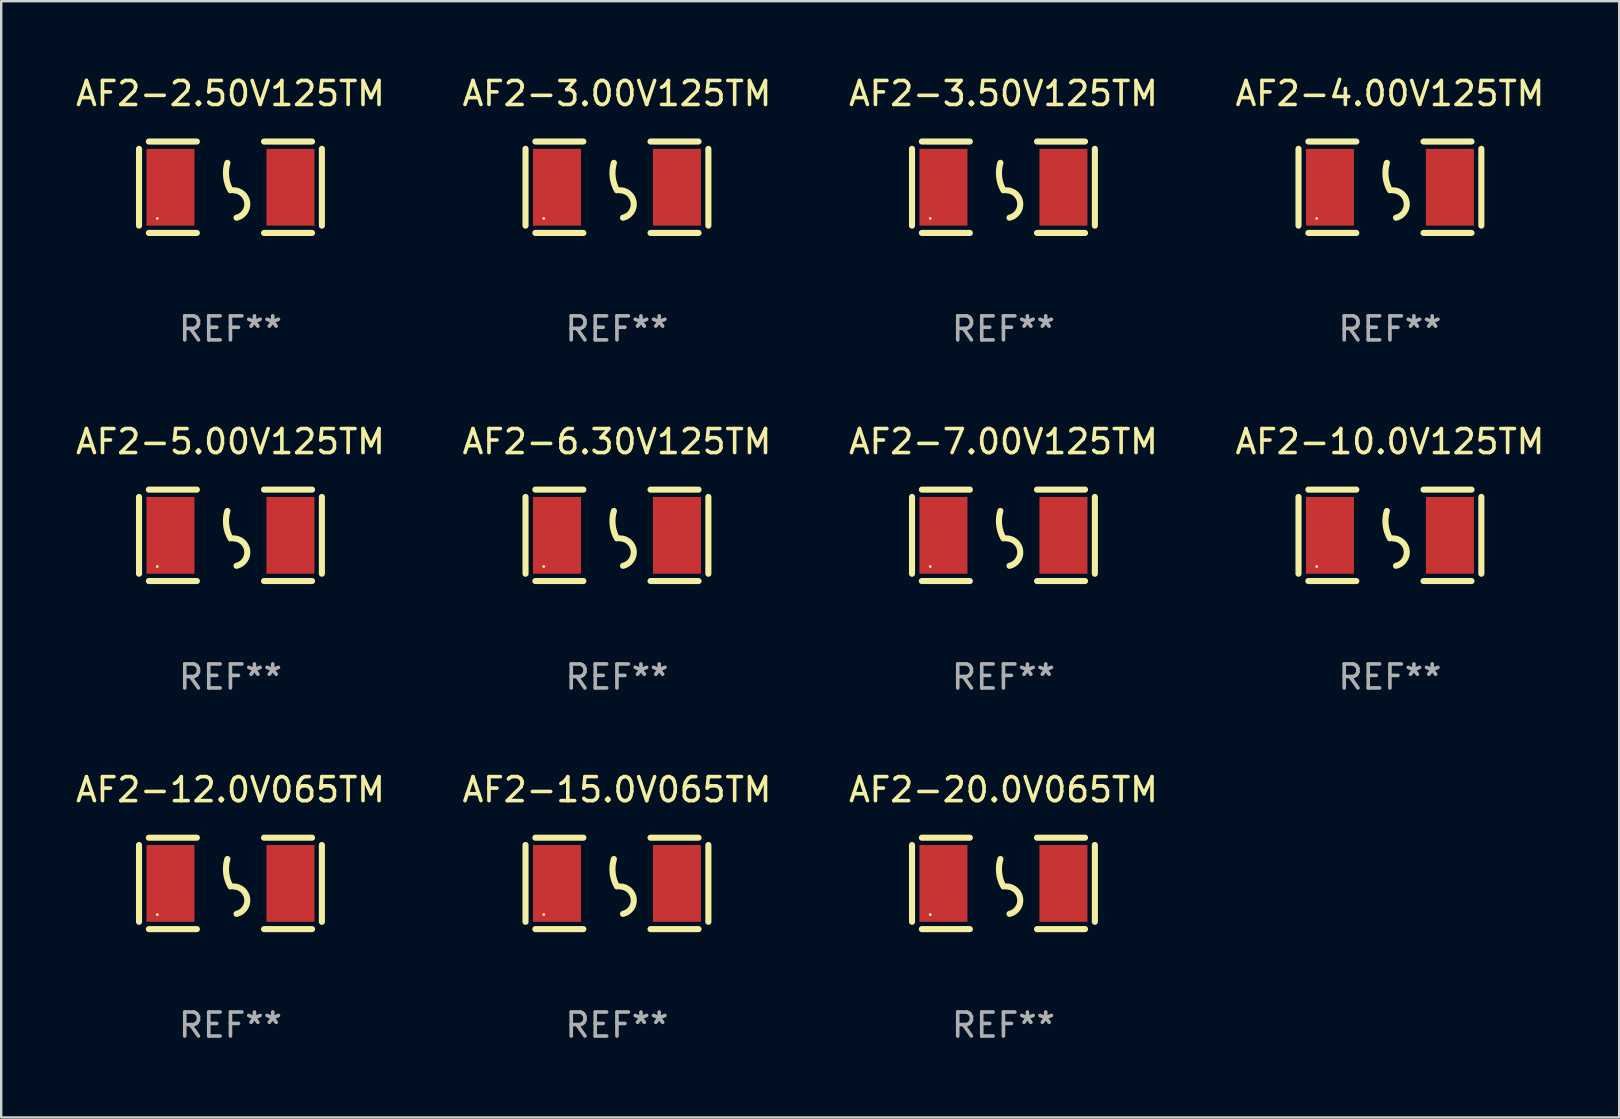
<source format=kicad_pcb>
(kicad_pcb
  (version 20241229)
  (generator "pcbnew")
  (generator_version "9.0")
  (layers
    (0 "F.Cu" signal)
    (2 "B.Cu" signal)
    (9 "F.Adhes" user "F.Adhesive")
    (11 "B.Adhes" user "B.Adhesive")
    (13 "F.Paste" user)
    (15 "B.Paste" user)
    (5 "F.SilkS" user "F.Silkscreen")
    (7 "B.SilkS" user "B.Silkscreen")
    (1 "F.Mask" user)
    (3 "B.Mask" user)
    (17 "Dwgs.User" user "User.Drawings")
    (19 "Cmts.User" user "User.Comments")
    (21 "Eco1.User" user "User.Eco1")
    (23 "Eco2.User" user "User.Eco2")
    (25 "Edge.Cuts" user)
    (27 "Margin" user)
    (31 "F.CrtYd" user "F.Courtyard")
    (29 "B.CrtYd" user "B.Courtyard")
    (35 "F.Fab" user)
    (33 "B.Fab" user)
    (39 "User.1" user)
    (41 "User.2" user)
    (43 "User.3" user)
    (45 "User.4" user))
  (footprint "AF2-12.0V065TM"
    (layer "F.Cu")
    (at 6.554 33.766)
    (property "Reference" "AF2-12.0V065TM" (at 0 -3.905 0) (layer "F.SilkS") (effects (font (size 1 1) (thickness 0.15))))
    (attr through_hole)
    (fp_line (start -3.81 -1.6) (end -3.81 1.6) (stroke (width 0.254) (type solid)) (layer "F.SilkS"))
    (fp_line (start -3.4 -1.905) (end -1.4 -1.905) (stroke (width 0.254) (type solid)) (layer "F.SilkS"))
    (fp_line (start -3.4 1.905) (end -1.4 1.905) (stroke (width 0.254) (type solid)) (layer "F.SilkS"))
    (fp_line (start 1.4 -1.905) (end 3.4 -1.905) (stroke (width 0.254) (type solid)) (layer "F.SilkS"))
    (fp_line (start 1.4 1.905) (end 3.4 1.905) (stroke (width 0.254) (type solid)) (layer "F.SilkS"))
    (fp_line (start 3.81 -1.6) (end 3.81 1.6) (stroke (width 0.254) (type solid)) (layer "F.SilkS"))
    (fp_arc (start 0 0.127) (mid -0.178599 -0.431712) (end -0.127 -1.016002) (stroke (width 0.254001) (type solid)) (layer "F.SilkS"))
    (fp_arc (start 0.126999 0.127) (mid 0.698883 0.642014) (end 0.254001 1.270003) (stroke (width 0.254001) (type solid)) (layer "F.SilkS"))
    (fp_circle (center -3.05 1.3) (end -3.02 1.3) (stroke (width 0.06) (type solid)) (fill no) (layer "F.SilkS"))
    (fp_text user "REF**" (at 0 5.905 0) (layer "F.Fab") (effects (font (size 1 1) (thickness 0.15))))
    (pad "1" smd rect (at -2.5 0) (size 2 3.2) (layers "F.Cu" "F.Mask" "F.Paste"))
    (pad "2" smd rect (at 2.5 0) (size 2 3.2) (layers "F.Cu" "F.Mask" "F.Paste")))
  (footprint "AF2-3.00V125TM"
    (layer "F.Cu")
    (at 22.661 4.753)
    (property "Reference" "AF2-3.00V125TM" (at 0 -3.905 0) (layer "F.SilkS") (effects (font (size 1 1) (thickness 0.15))))
    (attr through_hole)
    (fp_line (start -3.81 -1.6) (end -3.81 1.6) (stroke (width 0.254) (type solid)) (layer "F.SilkS"))
    (fp_line (start -3.4 -1.905) (end -1.4 -1.905) (stroke (width 0.254) (type solid)) (layer "F.SilkS"))
    (fp_line (start -3.4 1.905) (end -1.4 1.905) (stroke (width 0.254) (type solid)) (layer "F.SilkS"))
    (fp_line (start 1.4 -1.905) (end 3.4 -1.905) (stroke (width 0.254) (type solid)) (layer "F.SilkS"))
    (fp_line (start 1.4 1.905) (end 3.4 1.905) (stroke (width 0.254) (type solid)) (layer "F.SilkS"))
    (fp_line (start 3.81 -1.6) (end 3.81 1.6) (stroke (width 0.254) (type solid)) (layer "F.SilkS"))
    (fp_arc (start 0 0.127) (mid -0.178599 -0.431712) (end -0.127 -1.016002) (stroke (width 0.254001) (type solid)) (layer "F.SilkS"))
    (fp_arc (start 0.126999 0.127) (mid 0.698883 0.642014) (end 0.254001 1.270003) (stroke (width 0.254001) (type solid)) (layer "F.SilkS"))
    (fp_circle (center -3.05 1.3) (end -3.02 1.3) (stroke (width 0.06) (type solid)) (fill no) (layer "F.SilkS"))
    (fp_text user "REF**" (at 0 5.905 0) (layer "F.Fab") (effects (font (size 1 1) (thickness 0.15))))
    (pad "1" smd rect (at -2.5 0) (size 2 3.2) (layers "F.Cu" "F.Mask" "F.Paste"))
    (pad "2" smd rect (at 2.5 0) (size 2 3.2) (layers "F.Cu" "F.Mask" "F.Paste")))
  (footprint "AF2-15.0V065TM"
    (layer "F.Cu")
    (at 22.661 33.766)
    (property "Reference" "AF2-15.0V065TM" (at 0 -3.905 0) (layer "F.SilkS") (effects (font (size 1 1) (thickness 0.15))))
    (attr through_hole)
    (fp_line (start -3.81 -1.6) (end -3.81 1.6) (stroke (width 0.254) (type solid)) (layer "F.SilkS"))
    (fp_line (start -3.4 -1.905) (end -1.4 -1.905) (stroke (width 0.254) (type solid)) (layer "F.SilkS"))
    (fp_line (start -3.4 1.905) (end -1.4 1.905) (stroke (width 0.254) (type solid)) (layer "F.SilkS"))
    (fp_line (start 1.4 -1.905) (end 3.4 -1.905) (stroke (width 0.254) (type solid)) (layer "F.SilkS"))
    (fp_line (start 1.4 1.905) (end 3.4 1.905) (stroke (width 0.254) (type solid)) (layer "F.SilkS"))
    (fp_line (start 3.81 -1.6) (end 3.81 1.6) (stroke (width 0.254) (type solid)) (layer "F.SilkS"))
    (fp_arc (start 0 0.127) (mid -0.178599 -0.431712) (end -0.127 -1.016002) (stroke (width 0.254001) (type solid)) (layer "F.SilkS"))
    (fp_arc (start 0.126999 0.127) (mid 0.698883 0.642014) (end 0.254001 1.270003) (stroke (width 0.254001) (type solid)) (layer "F.SilkS"))
    (fp_circle (center -3.05 1.3) (end -3.02 1.3) (stroke (width 0.06) (type solid)) (fill no) (layer "F.SilkS"))
    (fp_text user "REF**" (at 0 5.905 0) (layer "F.Fab") (effects (font (size 1 1) (thickness 0.15))))
    (pad "1" smd rect (at -2.5 0) (size 2 3.2) (layers "F.Cu" "F.Mask" "F.Paste"))
    (pad "2" smd rect (at 2.5 0) (size 2 3.2) (layers "F.Cu" "F.Mask" "F.Paste")))
  (footprint "AF2-7.00V125TM"
    (layer "F.Cu")
    (at 38.768 19.26)
    (property "Reference" "AF2-7.00V125TM" (at 0 -3.905 0) (layer "F.SilkS") (effects (font (size 1 1) (thickness 0.15))))
    (attr through_hole)
    (fp_line (start -3.81 -1.6) (end -3.81 1.6) (stroke (width 0.254) (type solid)) (layer "F.SilkS"))
    (fp_line (start -3.4 -1.905) (end -1.4 -1.905) (stroke (width 0.254) (type solid)) (layer "F.SilkS"))
    (fp_line (start -3.4 1.905) (end -1.4 1.905) (stroke (width 0.254) (type solid)) (layer "F.SilkS"))
    (fp_line (start 1.4 -1.905) (end 3.4 -1.905) (stroke (width 0.254) (type solid)) (layer "F.SilkS"))
    (fp_line (start 1.4 1.905) (end 3.4 1.905) (stroke (width 0.254) (type solid)) (layer "F.SilkS"))
    (fp_line (start 3.81 -1.6) (end 3.81 1.6) (stroke (width 0.254) (type solid)) (layer "F.SilkS"))
    (fp_arc (start 0 0.127) (mid -0.178599 -0.431712) (end -0.127 -1.016002) (stroke (width 0.254001) (type solid)) (layer "F.SilkS"))
    (fp_arc (start 0.126999 0.127) (mid 0.698883 0.642014) (end 0.254001 1.270003) (stroke (width 0.254001) (type solid)) (layer "F.SilkS"))
    (fp_circle (center -3.05 1.3) (end -3.02 1.3) (stroke (width 0.06) (type solid)) (fill no) (layer "F.SilkS"))
    (fp_text user "REF**" (at 0 5.905 0) (layer "F.Fab") (effects (font (size 1 1) (thickness 0.15))))
    (pad "1" smd rect (at -2.5 0) (size 2 3.2) (layers "F.Cu" "F.Mask" "F.Paste"))
    (pad "2" smd rect (at 2.5 0) (size 2 3.2) (layers "F.Cu" "F.Mask" "F.Paste")))
  (footprint "AF2-2.50V125TM"
    (layer "F.Cu")
    (at 6.554 4.753)
    (property "Reference" "AF2-2.50V125TM" (at 0 -3.905 0) (layer "F.SilkS") (effects (font (size 1 1) (thickness 0.15))))
    (attr through_hole)
    (fp_line (start -3.81 -1.6) (end -3.81 1.6) (stroke (width 0.254) (type solid)) (layer "F.SilkS"))
    (fp_line (start -3.4 -1.905) (end -1.4 -1.905) (stroke (width 0.254) (type solid)) (layer "F.SilkS"))
    (fp_line (start -3.4 1.905) (end -1.4 1.905) (stroke (width 0.254) (type solid)) (layer "F.SilkS"))
    (fp_line (start 1.4 -1.905) (end 3.4 -1.905) (stroke (width 0.254) (type solid)) (layer "F.SilkS"))
    (fp_line (start 1.4 1.905) (end 3.4 1.905) (stroke (width 0.254) (type solid)) (layer "F.SilkS"))
    (fp_line (start 3.81 -1.6) (end 3.81 1.6) (stroke (width 0.254) (type solid)) (layer "F.SilkS"))
    (fp_arc (start 0 0.127) (mid -0.178599 -0.431712) (end -0.127 -1.016002) (stroke (width 0.254001) (type solid)) (layer "F.SilkS"))
    (fp_arc (start 0.126999 0.127) (mid 0.698883 0.642014) (end 0.254001 1.270003) (stroke (width 0.254001) (type solid)) (layer "F.SilkS"))
    (fp_circle (center -3.05 1.3) (end -3.02 1.3) (stroke (width 0.06) (type solid)) (fill no) (layer "F.SilkS"))
    (fp_text user "REF**" (at 0 5.905 0) (layer "F.Fab") (effects (font (size 1 1) (thickness 0.15))))
    (pad "1" smd rect (at -2.5 0) (size 2 3.2) (layers "F.Cu" "F.Mask" "F.Paste"))
    (pad "2" smd rect (at 2.5 0) (size 2 3.2) (layers "F.Cu" "F.Mask" "F.Paste")))
  (footprint "AF2-6.30V125TM"
    (layer "F.Cu")
    (at 22.661 19.26)
    (property "Reference" "AF2-6.30V125TM" (at 0 -3.905 0) (layer "F.SilkS") (effects (font (size 1 1) (thickness 0.15))))
    (attr through_hole)
    (fp_line (start -3.81 -1.6) (end -3.81 1.6) (stroke (width 0.254) (type solid)) (layer "F.SilkS"))
    (fp_line (start -3.4 -1.905) (end -1.4 -1.905) (stroke (width 0.254) (type solid)) (layer "F.SilkS"))
    (fp_line (start -3.4 1.905) (end -1.4 1.905) (stroke (width 0.254) (type solid)) (layer "F.SilkS"))
    (fp_line (start 1.4 -1.905) (end 3.4 -1.905) (stroke (width 0.254) (type solid)) (layer "F.SilkS"))
    (fp_line (start 1.4 1.905) (end 3.4 1.905) (stroke (width 0.254) (type solid)) (layer "F.SilkS"))
    (fp_line (start 3.81 -1.6) (end 3.81 1.6) (stroke (width 0.254) (type solid)) (layer "F.SilkS"))
    (fp_arc (start 0 0.127) (mid -0.178599 -0.431712) (end -0.127 -1.016002) (stroke (width 0.254001) (type solid)) (layer "F.SilkS"))
    (fp_arc (start 0.126999 0.127) (mid 0.698883 0.642014) (end 0.254001 1.270003) (stroke (width 0.254001) (type solid)) (layer "F.SilkS"))
    (fp_circle (center -3.05 1.3) (end -3.02 1.3) (stroke (width 0.06) (type solid)) (fill no) (layer "F.SilkS"))
    (fp_text user "REF**" (at 0 5.905 0) (layer "F.Fab") (effects (font (size 1 1) (thickness 0.15))))
    (pad "1" smd rect (at -2.5 0) (size 2 3.2) (layers "F.Cu" "F.Mask" "F.Paste"))
    (pad "2" smd rect (at 2.5 0) (size 2 3.2) (layers "F.Cu" "F.Mask" "F.Paste")))
  (footprint "AF2-10.0V125TM"
    (layer "F.Cu")
    (at 54.875 19.26)
    (property "Reference" "AF2-10.0V125TM" (at 0 -3.905 0) (layer "F.SilkS") (effects (font (size 1 1) (thickness 0.15))))
    (attr through_hole)
    (fp_line (start -3.81 -1.6) (end -3.81 1.6) (stroke (width 0.254) (type solid)) (layer "F.SilkS"))
    (fp_line (start -3.4 -1.905) (end -1.4 -1.905) (stroke (width 0.254) (type solid)) (layer "F.SilkS"))
    (fp_line (start -3.4 1.905) (end -1.4 1.905) (stroke (width 0.254) (type solid)) (layer "F.SilkS"))
    (fp_line (start 1.4 -1.905) (end 3.4 -1.905) (stroke (width 0.254) (type solid)) (layer "F.SilkS"))
    (fp_line (start 1.4 1.905) (end 3.4 1.905) (stroke (width 0.254) (type solid)) (layer "F.SilkS"))
    (fp_line (start 3.81 -1.6) (end 3.81 1.6) (stroke (width 0.254) (type solid)) (layer "F.SilkS"))
    (fp_arc (start 0 0.127) (mid -0.178599 -0.431712) (end -0.127 -1.016002) (stroke (width 0.254001) (type solid)) (layer "F.SilkS"))
    (fp_arc (start 0.126999 0.127) (mid 0.698883 0.642014) (end 0.254001 1.270003) (stroke (width 0.254001) (type solid)) (layer "F.SilkS"))
    (fp_circle (center -3.05 1.3) (end -3.02 1.3) (stroke (width 0.06) (type solid)) (fill no) (layer "F.SilkS"))
    (fp_text user "REF**" (at 0 5.905 0) (layer "F.Fab") (effects (font (size 1 1) (thickness 0.15))))
    (pad "1" smd rect (at -2.5 0) (size 2 3.2) (layers "F.Cu" "F.Mask" "F.Paste"))
    (pad "2" smd rect (at 2.5 0) (size 2 3.2) (layers "F.Cu" "F.Mask" "F.Paste")))
  (footprint "AF2-5.00V125TM"
    (layer "F.Cu")
    (at 6.554 19.26)
    (property "Reference" "AF2-5.00V125TM" (at 0 -3.905 0) (layer "F.SilkS") (effects (font (size 1 1) (thickness 0.15))))
    (attr through_hole)
    (fp_line (start -3.81 -1.6) (end -3.81 1.6) (stroke (width 0.254) (type solid)) (layer "F.SilkS"))
    (fp_line (start -3.4 -1.905) (end -1.4 -1.905) (stroke (width 0.254) (type solid)) (layer "F.SilkS"))
    (fp_line (start -3.4 1.905) (end -1.4 1.905) (stroke (width 0.254) (type solid)) (layer "F.SilkS"))
    (fp_line (start 1.4 -1.905) (end 3.4 -1.905) (stroke (width 0.254) (type solid)) (layer "F.SilkS"))
    (fp_line (start 1.4 1.905) (end 3.4 1.905) (stroke (width 0.254) (type solid)) (layer "F.SilkS"))
    (fp_line (start 3.81 -1.6) (end 3.81 1.6) (stroke (width 0.254) (type solid)) (layer "F.SilkS"))
    (fp_arc (start 0 0.127) (mid -0.178599 -0.431712) (end -0.127 -1.016002) (stroke (width 0.254001) (type solid)) (layer "F.SilkS"))
    (fp_arc (start 0.126999 0.127) (mid 0.698883 0.642014) (end 0.254001 1.270003) (stroke (width 0.254001) (type solid)) (layer "F.SilkS"))
    (fp_circle (center -3.05 1.3) (end -3.02 1.3) (stroke (width 0.06) (type solid)) (fill no) (layer "F.SilkS"))
    (fp_text user "REF**" (at 0 5.905 0) (layer "F.Fab") (effects (font (size 1 1) (thickness 0.15))))
    (pad "1" smd rect (at -2.5 0) (size 2 3.2) (layers "F.Cu" "F.Mask" "F.Paste"))
    (pad "2" smd rect (at 2.5 0) (size 2 3.2) (layers "F.Cu" "F.Mask" "F.Paste")))
  (footprint "AF2-20.0V065TM"
    (layer "F.Cu")
    (at 38.768 33.766)
    (property "Reference" "AF2-20.0V065TM" (at 0 -3.905 0) (layer "F.SilkS") (effects (font (size 1 1) (thickness 0.15))))
    (attr through_hole)
    (fp_line (start -3.81 -1.6) (end -3.81 1.6) (stroke (width 0.254) (type solid)) (layer "F.SilkS"))
    (fp_line (start -3.4 -1.905) (end -1.4 -1.905) (stroke (width 0.254) (type solid)) (layer "F.SilkS"))
    (fp_line (start -3.4 1.905) (end -1.4 1.905) (stroke (width 0.254) (type solid)) (layer "F.SilkS"))
    (fp_line (start 1.4 -1.905) (end 3.4 -1.905) (stroke (width 0.254) (type solid)) (layer "F.SilkS"))
    (fp_line (start 1.4 1.905) (end 3.4 1.905) (stroke (width 0.254) (type solid)) (layer "F.SilkS"))
    (fp_line (start 3.81 -1.6) (end 3.81 1.6) (stroke (width 0.254) (type solid)) (layer "F.SilkS"))
    (fp_arc (start 0 0.127) (mid -0.178599 -0.431712) (end -0.127 -1.016002) (stroke (width 0.254001) (type solid)) (layer "F.SilkS"))
    (fp_arc (start 0.126999 0.127) (mid 0.698883 0.642014) (end 0.254001 1.270003) (stroke (width 0.254001) (type solid)) (layer "F.SilkS"))
    (fp_circle (center -3.05 1.3) (end -3.02 1.3) (stroke (width 0.06) (type solid)) (fill no) (layer "F.SilkS"))
    (fp_text user "REF**" (at 0 5.905 0) (layer "F.Fab") (effects (font (size 1 1) (thickness 0.15))))
    (pad "1" smd rect (at -2.5 0) (size 2 3.2) (layers "F.Cu" "F.Mask" "F.Paste"))
    (pad "2" smd rect (at 2.5 0) (size 2 3.2) (layers "F.Cu" "F.Mask" "F.Paste")))
  (footprint "AF2-4.00V125TM"
    (layer "F.Cu")
    (at 54.875 4.753)
    (property "Reference" "AF2-4.00V125TM" (at 0 -3.905 0) (layer "F.SilkS") (effects (font (size 1 1) (thickness 0.15))))
    (attr through_hole)
    (fp_line (start -3.81 -1.6) (end -3.81 1.6) (stroke (width 0.254) (type solid)) (layer "F.SilkS"))
    (fp_line (start -3.4 -1.905) (end -1.4 -1.905) (stroke (width 0.254) (type solid)) (layer "F.SilkS"))
    (fp_line (start -3.4 1.905) (end -1.4 1.905) (stroke (width 0.254) (type solid)) (layer "F.SilkS"))
    (fp_line (start 1.4 -1.905) (end 3.4 -1.905) (stroke (width 0.254) (type solid)) (layer "F.SilkS"))
    (fp_line (start 1.4 1.905) (end 3.4 1.905) (stroke (width 0.254) (type solid)) (layer "F.SilkS"))
    (fp_line (start 3.81 -1.6) (end 3.81 1.6) (stroke (width 0.254) (type solid)) (layer "F.SilkS"))
    (fp_arc (start 0 0.127) (mid -0.178599 -0.431712) (end -0.127 -1.016002) (stroke (width 0.254001) (type solid)) (layer "F.SilkS"))
    (fp_arc (start 0.126999 0.127) (mid 0.698883 0.642014) (end 0.254001 1.270003) (stroke (width 0.254001) (type solid)) (layer "F.SilkS"))
    (fp_circle (center -3.05 1.3) (end -3.02 1.3) (stroke (width 0.06) (type solid)) (fill no) (layer "F.SilkS"))
    (fp_text user "REF**" (at 0 5.905 0) (layer "F.Fab") (effects (font (size 1 1) (thickness 0.15))))
    (pad "1" smd rect (at -2.5 0) (size 2 3.2) (layers "F.Cu" "F.Mask" "F.Paste"))
    (pad "2" smd rect (at 2.5 0) (size 2 3.2) (layers "F.Cu" "F.Mask" "F.Paste")))
  (footprint "AF2-3.50V125TM"
    (layer "F.Cu")
    (at 38.768 4.753)
    (property "Reference" "AF2-3.50V125TM" (at 0 -3.905 0) (layer "F.SilkS") (effects (font (size 1 1) (thickness 0.15))))
    (attr through_hole)
    (fp_line (start -3.81 -1.6) (end -3.81 1.6) (stroke (width 0.254) (type solid)) (layer "F.SilkS"))
    (fp_line (start -3.4 -1.905) (end -1.4 -1.905) (stroke (width 0.254) (type solid)) (layer "F.SilkS"))
    (fp_line (start -3.4 1.905) (end -1.4 1.905) (stroke (width 0.254) (type solid)) (layer "F.SilkS"))
    (fp_line (start 1.4 -1.905) (end 3.4 -1.905) (stroke (width 0.254) (type solid)) (layer "F.SilkS"))
    (fp_line (start 1.4 1.905) (end 3.4 1.905) (stroke (width 0.254) (type solid)) (layer "F.SilkS"))
    (fp_line (start 3.81 -1.6) (end 3.81 1.6) (stroke (width 0.254) (type solid)) (layer "F.SilkS"))
    (fp_arc (start 0 0.127) (mid -0.178599 -0.431712) (end -0.127 -1.016002) (stroke (width 0.254001) (type solid)) (layer "F.SilkS"))
    (fp_arc (start 0.126999 0.127) (mid 0.698883 0.642014) (end 0.254001 1.270003) (stroke (width 0.254001) (type solid)) (layer "F.SilkS"))
    (fp_circle (center -3.05 1.3) (end -3.02 1.3) (stroke (width 0.06) (type solid)) (fill no) (layer "F.SilkS"))
    (fp_text user "REF**" (at 0 5.905 0) (layer "F.Fab") (effects (font (size 1 1) (thickness 0.15))))
    (pad "1" smd rect (at -2.5 0) (size 2 3.2) (layers "F.Cu" "F.Mask" "F.Paste"))
    (pad "2" smd rect (at 2.5 0) (size 2 3.2) (layers "F.Cu" "F.Mask" "F.Paste")))
  (gr_rect
    (start -3 -3)
    (end 64.429 43.52)
    (stroke (width 0.1) (type default))
    (fill no)
    (layer "Edge.Cuts")))
</source>
